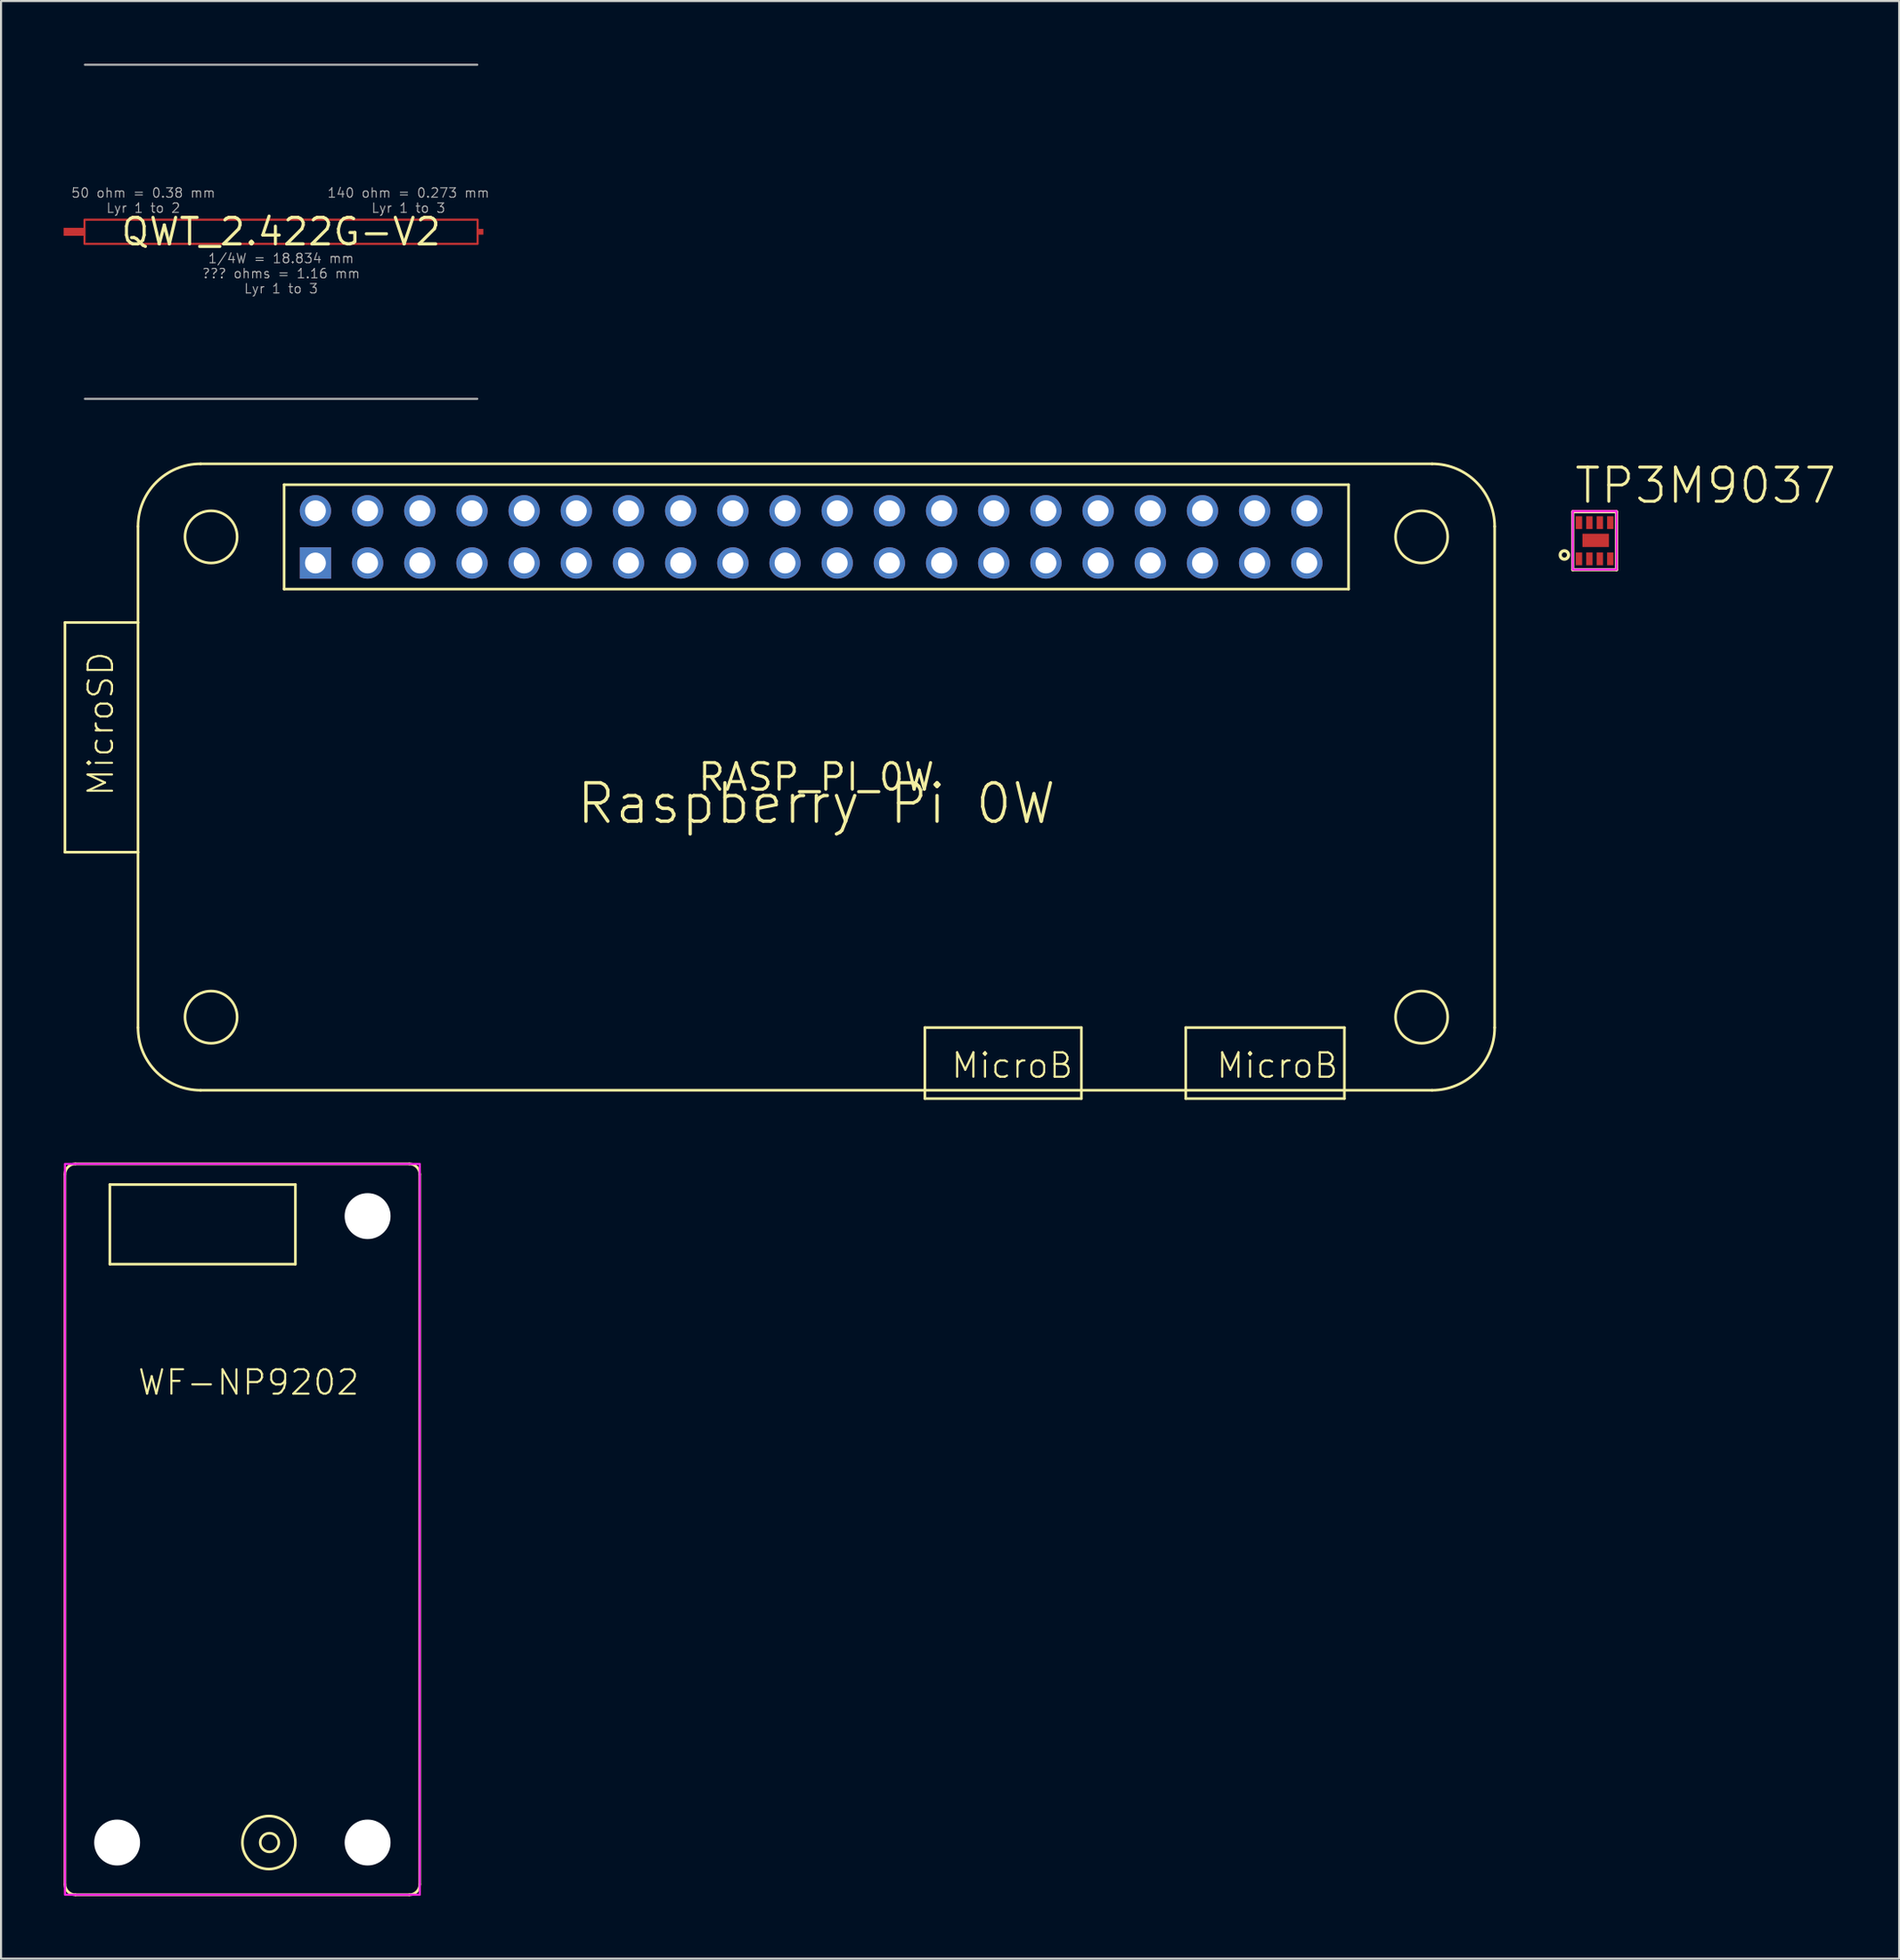
<source format=kicad_pcb>
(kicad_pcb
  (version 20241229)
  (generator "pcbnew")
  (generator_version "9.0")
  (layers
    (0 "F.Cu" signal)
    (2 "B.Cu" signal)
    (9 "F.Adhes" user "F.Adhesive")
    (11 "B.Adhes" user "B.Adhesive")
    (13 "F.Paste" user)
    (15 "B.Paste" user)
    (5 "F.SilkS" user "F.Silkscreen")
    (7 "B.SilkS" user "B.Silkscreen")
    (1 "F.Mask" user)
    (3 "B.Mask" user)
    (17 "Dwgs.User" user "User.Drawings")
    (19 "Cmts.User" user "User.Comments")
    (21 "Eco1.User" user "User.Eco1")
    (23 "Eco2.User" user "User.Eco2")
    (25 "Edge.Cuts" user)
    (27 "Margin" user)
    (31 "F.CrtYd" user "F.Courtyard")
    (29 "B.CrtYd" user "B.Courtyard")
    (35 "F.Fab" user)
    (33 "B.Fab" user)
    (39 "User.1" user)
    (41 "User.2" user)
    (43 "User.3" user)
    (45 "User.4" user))
  (footprint "QWT_2.422G-V2"
    (layer "F.Cu")
    (at 10.417 8.05)
    (property "Reference" "QWT_2.422G-V2" (at 0 0 0) (layer "F.SilkS") (effects (font (size 1.27 1.27) (thickness 0.15))))
    (fp_poly (pts (xy -9.417 0.58) (xy 9.417 0.58) (xy 9.417 -0.58) (xy -9.417 -0.58)) (stroke (width 0.1) (type solid)) (fill no) (layer "F.Cu"))
    (fp_line (start -9.4 -8) (end 9.4 -8) (stroke (width 0.1) (type solid)) (layer "F.Fab"))
    (fp_line (start -9.4 8) (end 9.4 8) (stroke (width 0.1) (type solid)) (layer "F.Fab"))
    (fp_text user "140 ohm = 0.273 mm\nLyr 1 to 3" (at 6.1 -1.5 0) (layer "F.Fab") (effects (font (size 0.45 0.45) (thickness 0.05))))
    (fp_text user "50 ohm = 0.38 mm\nLyr 1 to 2" (at -6.6 -1.5 0) (layer "F.Fab") (effects (font (size 0.45 0.45) (thickness 0.05))))
    (fp_text user "1/4W = 18.834 mm\n??? ohms = 1.16 mm\nLyr 1 to 3" (at 0 2 0) (layer "F.Fab") (effects (font (size 0.45 0.45) (thickness 0.05))))
    (pad "50-OUT" smd rect (at -9.917 0 180) (size 1 0.38) (layers "F.Cu"))
    (pad "140-IN" smd rect (at 9.554 0) (size 0.273 0.273) (layers "F.Cu")))
  (footprint "RASP_PI_0W"
    (layer "F.Cu")
    (at 36.063 34.163)
    (property "Reference" "RASP_PI_0W" (at 0 0 0) (layer "F.SilkS") (effects (font (size 1.27 1.27) (thickness 0.15))))
    (fp_line (start -36 -7.4) (end -32.5 -7.4) (stroke (width 0.127) (type solid)) (layer "F.SilkS"))
    (fp_line (start -36 3.6) (end -36 -7.4) (stroke (width 0.127) (type solid)) (layer "F.SilkS"))
    (fp_line (start -36 3.6) (end -32.5 3.6) (stroke (width 0.127) (type solid)) (layer "F.SilkS"))
    (fp_line (start -32.5 -7.4) (end -32.5 -12) (stroke (width 0.127) (type solid)) (layer "F.SilkS"))
    (fp_line (start -32.5 3.6) (end -32.5 -7.4) (stroke (width 0.127) (type solid)) (layer "F.SilkS"))
    (fp_line (start -32.5 12) (end -32.5 3.6) (stroke (width 0.127) (type solid)) (layer "F.SilkS"))
    (fp_line (start -29.5 -15) (end 29.5 -15) (stroke (width 0.127) (type solid)) (layer "F.SilkS"))
    (fp_line (start -25.5 -14) (end 25.5 -14) (stroke (width 0.127) (type solid)) (layer "F.SilkS"))
    (fp_line (start -25.5 -9) (end -25.5 -14) (stroke (width 0.127) (type solid)) (layer "F.SilkS"))
    (fp_line (start 5.2 12) (end 12.7 12) (stroke (width 0.127) (type solid)) (layer "F.SilkS"))
    (fp_line (start 5.2 15.4) (end 5.2 12) (stroke (width 0.127) (type solid)) (layer "F.SilkS"))
    (fp_line (start 5.2 15.4) (end 12.7 15.4) (stroke (width 0.127) (type solid)) (layer "F.SilkS"))
    (fp_line (start 12.7 15.4) (end 12.7 12) (stroke (width 0.127) (type solid)) (layer "F.SilkS"))
    (fp_line (start 17.7 12) (end 17.7 15.4) (stroke (width 0.127) (type solid)) (layer "F.SilkS"))
    (fp_line (start 17.7 12) (end 25.3 12) (stroke (width 0.127) (type solid)) (layer "F.SilkS"))
    (fp_line (start 17.7 15.4) (end 25.3 15.4) (stroke (width 0.127) (type solid)) (layer "F.SilkS"))
    (fp_line (start 25.3 15.4) (end 25.3 12) (stroke (width 0.127) (type solid)) (layer "F.SilkS"))
    (fp_line (start 25.5 -14) (end 25.5 -9) (stroke (width 0.127) (type solid)) (layer "F.SilkS"))
    (fp_line (start 25.5 -9) (end -25.5 -9) (stroke (width 0.127) (type solid)) (layer "F.SilkS"))
    (fp_line (start 29.5 15) (end -29.5 15) (stroke (width 0.127) (type solid)) (layer "F.SilkS"))
    (fp_line (start 32.5 -12) (end 32.5 12) (stroke (width 0.127) (type solid)) (layer "F.SilkS"))
    (fp_arc (start -32.5 -12) (mid -31.62132 -14.12132) (end -29.5 -15) (stroke (width 0.127) (type solid)) (layer "F.SilkS"))
    (fp_arc (start -29.5 15) (mid -31.62132 14.12132) (end -32.5 12) (stroke (width 0.127) (type solid)) (layer "F.SilkS"))
    (fp_arc (start 29.5 -15) (mid 31.62132 -14.12132) (end 32.5 -12) (stroke (width 0.127) (type solid)) (layer "F.SilkS"))
    (fp_arc (start 32.5 12) (mid 31.62132 14.12132) (end 29.5 15) (stroke (width 0.127) (type solid)) (layer "F.SilkS"))
    (fp_circle (center -29 -11.5) (end -27.75 -11.5) (stroke (width 0.127) (type solid)) (fill no) (layer "F.SilkS"))
    (fp_circle (center -29 11.5) (end -27.75 11.5) (stroke (width 0.127) (type solid)) (fill no) (layer "F.SilkS"))
    (fp_circle (center 29 -11.5) (end 30.25 -11.5) (stroke (width 0.127) (type solid)) (fill no) (layer "F.SilkS"))
    (fp_circle (center 29 11.5) (end 30.25 11.5) (stroke (width 0.127) (type solid)) (fill no) (layer "F.SilkS"))
    (fp_text user "Raspberry Pi 0W" (at 0 1.27 0) (layer "F.SilkS") (effects (font (size 1.84 1.84) (thickness 0.16))))
    (fp_text user "MicroB" (at 6.4 14.5 0) (layer "F.SilkS") (effects (font (size 1.168 1.168) (thickness 0.102)) (justify left bottom)))
    (fp_text user "MicroSD" (at -33.6 1 90) (layer "F.SilkS") (effects (font (size 1.168 1.168) (thickness 0.102)) (justify left bottom)))
    (fp_text user "MicroB" (at 19.1 14.5 0) (layer "F.SilkS") (effects (font (size 1.168 1.168) (thickness 0.102)) (justify left bottom)))
    (pad "5V" thru_hole circle (at -24 -12.75) (size 1.5 1.5) (drill 1) (layers "*.Cu" "*.Mask"))
    (pad "GND" thru_hole rect (at -24 -10.25) (size 1.5 1.5) (drill 1) (layers "*.Cu" "*.Mask"))
    (pad "P$2" thru_hole circle (at -21.5 -12.75) (size 1.5 1.5) (drill 1) (layers "*.Cu" "*.Mask"))
    (pad "P$3" thru_hole circle (at -19 -12.75) (size 1.5 1.5) (drill 1) (layers "*.Cu" "*.Mask"))
    (pad "P$4" thru_hole circle (at -16.5 -12.75) (size 1.5 1.5) (drill 1) (layers "*.Cu" "*.Mask"))
    (pad "P$5" thru_hole circle (at -14 -12.75) (size 1.5 1.5) (drill 1) (layers "*.Cu" "*.Mask"))
    (pad "P$6" thru_hole circle (at -11.5 -12.75) (size 1.5 1.5) (drill 1) (layers "*.Cu" "*.Mask"))
    (pad "P$7" thru_hole circle (at -9 -12.75) (size 1.5 1.5) (drill 1) (layers "*.Cu" "*.Mask"))
    (pad "P$8" thru_hole circle (at -6.5 -12.75) (size 1.5 1.5) (drill 1) (layers "*.Cu" "*.Mask"))
    (pad "P$9" thru_hole circle (at -4 -12.75) (size 1.5 1.5) (drill 1) (layers "*.Cu" "*.Mask"))
    (pad "P$10" thru_hole circle (at -1.5 -12.75) (size 1.5 1.5) (drill 1) (layers "*.Cu" "*.Mask"))
    (pad "P$11" thru_hole circle (at 1 -12.75) (size 1.5 1.5) (drill 1) (layers "*.Cu" "*.Mask"))
    (pad "P$12" thru_hole circle (at 3.5 -12.75) (size 1.5 1.5) (drill 1) (layers "*.Cu" "*.Mask"))
    (pad "P$13" thru_hole circle (at 6 -12.75) (size 1.5 1.5) (drill 1) (layers "*.Cu" "*.Mask"))
    (pad "P$14" thru_hole circle (at 8.5 -12.75) (size 1.5 1.5) (drill 1) (layers "*.Cu" "*.Mask"))
    (pad "P$15" thru_hole circle (at 11 -12.75) (size 1.5 1.5) (drill 1) (layers "*.Cu" "*.Mask"))
    (pad "P$16" thru_hole circle (at 13.5 -12.75) (size 1.5 1.5) (drill 1) (layers "*.Cu" "*.Mask"))
    (pad "P$17" thru_hole circle (at 16 -12.75) (size 1.5 1.5) (drill 1) (layers "*.Cu" "*.Mask"))
    (pad "P$18" thru_hole circle (at 18.5 -12.75) (size 1.5 1.5) (drill 1) (layers "*.Cu" "*.Mask"))
    (pad "P$19" thru_hole circle (at 21 -12.75) (size 1.5 1.5) (drill 1) (layers "*.Cu" "*.Mask"))
    (pad "P$20" thru_hole circle (at 23.5 -12.75) (size 1.5 1.5) (drill 1) (layers "*.Cu" "*.Mask"))
    (pad "P$22" thru_hole circle (at -21.5 -10.25) (size 1.5 1.5) (drill 1) (layers "*.Cu" "*.Mask"))
    (pad "P$23" thru_hole circle (at -19 -10.25) (size 1.5 1.5) (drill 1) (layers "*.Cu" "*.Mask"))
    (pad "P$24" thru_hole circle (at -16.5 -10.25) (size 1.5 1.5) (drill 1) (layers "*.Cu" "*.Mask"))
    (pad "P$25" thru_hole circle (at -14 -10.25) (size 1.5 1.5) (drill 1) (layers "*.Cu" "*.Mask"))
    (pad "P$26" thru_hole circle (at -11.5 -10.25) (size 1.5 1.5) (drill 1) (layers "*.Cu" "*.Mask"))
    (pad "P$27" thru_hole circle (at -9 -10.25) (size 1.5 1.5) (drill 1) (layers "*.Cu" "*.Mask"))
    (pad "P$28" thru_hole circle (at -6.5 -10.25) (size 1.5 1.5) (drill 1) (layers "*.Cu" "*.Mask"))
    (pad "P$29" thru_hole circle (at -4 -10.25) (size 1.5 1.5) (drill 1) (layers "*.Cu" "*.Mask"))
    (pad "P$30" thru_hole circle (at -1.5 -10.25) (size 1.5 1.5) (drill 1) (layers "*.Cu" "*.Mask"))
    (pad "P$31" thru_hole circle (at 1 -10.25) (size 1.5 1.5) (drill 1) (layers "*.Cu" "*.Mask"))
    (pad "P$32" thru_hole circle (at 3.5 -10.25) (size 1.5 1.5) (drill 1) (layers "*.Cu" "*.Mask"))
    (pad "P$33" thru_hole circle (at 6 -10.25) (size 1.5 1.5) (drill 1) (layers "*.Cu" "*.Mask"))
    (pad "P$34" thru_hole circle (at 8.5 -10.25) (size 1.5 1.5) (drill 1) (layers "*.Cu" "*.Mask"))
    (pad "P$35" thru_hole circle (at 11 -10.25) (size 1.5 1.5) (drill 1) (layers "*.Cu" "*.Mask"))
    (pad "P$36" thru_hole circle (at 13.5 -10.25) (size 1.5 1.5) (drill 1) (layers "*.Cu" "*.Mask"))
    (pad "P$37" thru_hole circle (at 16 -10.25) (size 1.5 1.5) (drill 1) (layers "*.Cu" "*.Mask"))
    (pad "P$38" thru_hole circle (at 18.5 -10.25) (size 1.5 1.5) (drill 1) (layers "*.Cu" "*.Mask"))
    (pad "P$39" thru_hole circle (at 21 -10.25) (size 1.5 1.5) (drill 1) (layers "*.Cu" "*.Mask"))
    (pad "P$40" thru_hole circle (at 23.5 -10.25) (size 1.5 1.5) (drill 1) (layers "*.Cu" "*.Mask")))
  (footprint "WF-NP9202"
    (layer "F.Cu")
    (at 8.563 70.191)
    (property "Reference" "WF-NP9202" (at -5.08 -6.35 0) (layer "F.SilkS") (effects (font (size 1.168 1.168) (thickness 0.102)) (justify left bottom)))
    (fp_line (start -8.5 17) (end -8.5 -17) (stroke (width 0.127) (type solid)) (layer "F.SilkS"))
    (fp_line (start -8 -17.5) (end 8 -17.5) (stroke (width 0.127) (type solid)) (layer "F.SilkS"))
    (fp_line (start -6.35 -16.51) (end -6.35 -12.7) (stroke (width 0.127) (type solid)) (layer "F.SilkS"))
    (fp_line (start -6.35 -12.7) (end 2.54 -12.7) (stroke (width 0.127) (type solid)) (layer "F.SilkS"))
    (fp_line (start 2.54 -16.51) (end -6.35 -16.51) (stroke (width 0.127) (type solid)) (layer "F.SilkS"))
    (fp_line (start 2.54 -12.7) (end 2.54 -16.51) (stroke (width 0.127) (type solid)) (layer "F.SilkS"))
    (fp_line (start 8 17.5) (end -8 17.5) (stroke (width 0.127) (type solid)) (layer "F.SilkS"))
    (fp_line (start 8.5 -17) (end 8.5 17) (stroke (width 0.127) (type solid)) (layer "F.SilkS"))
    (fp_arc (start -8.5 -17) (mid -8.353553 -17.353553) (end -8 -17.5) (stroke (width 0.127) (type solid)) (layer "F.SilkS"))
    (fp_arc (start -8 17.5) (mid -8.353553 17.353553) (end -8.5 17) (stroke (width 0.127) (type solid)) (layer "F.SilkS"))
    (fp_arc (start 8 -17.5) (mid 8.353553 -17.353553) (end 8.5 -17) (stroke (width 0.127) (type solid)) (layer "F.SilkS"))
    (fp_arc (start 8.5 17) (mid 8.353553 17.353553) (end 8 17.5) (stroke (width 0.127) (type solid)) (layer "F.SilkS"))
    (fp_circle (center 1.27 15) (end 2.54 15) (stroke (width 0.127) (type solid)) (fill no) (layer "F.SilkS"))
    (fp_circle (center 1.3 15) (end 1.747 15) (stroke (width 0.127) (type solid)) (fill no) (layer "F.SilkS"))
    (fp_poly (pts (xy -8.5 17.5) (xy 8.5 17.5) (xy 8.5 -17.5) (xy -8.5 -17.5)) (stroke (width 0.1) (type solid)) (fill no) (layer "F.CrtYd"))
    (pad "" np_thru_hole circle (at -6 15) (size 2.2 2.2) (drill 2.2) (layers "*.Cu" "*.Mask"))
    (pad "" np_thru_hole circle (at 6 -15) (size 2.2 2.2) (drill 2.2) (layers "*.Cu" "*.Mask"))
    (pad "" np_thru_hole circle (at 6 15) (size 2.2 2.2) (drill 2.2) (layers "*.Cu" "*.Mask")))
  (footprint "TP3M9037"
    (layer "F.Cu")
    (at 73.403 22.829)
    (property "Reference" "TP3M9037" (at -1.1 -1.666 0) (layer "F.SilkS") (effects (font (size 1.636 1.636) (thickness 0.142)) (justify left bottom)))
    (fp_line (start -1.1 -1.37) (end 1 -1.37) (stroke (width 0.152) (type solid)) (layer "F.SilkS"))
    (fp_line (start -1.1 1.405) (end -1.1 -1.37) (stroke (width 0.152) (type solid)) (layer "F.SilkS"))
    (fp_line (start 1 -1.37) (end 1 1.405) (stroke (width 0.152) (type solid)) (layer "F.SilkS"))
    (fp_line (start 1 1.405) (end -1.1 1.405) (stroke (width 0.152) (type solid)) (layer "F.SilkS"))
    (fp_circle (center -1.5 0.7) (end -1.3 0.7) (stroke (width 0.152) (type solid)) (fill no) (layer "F.SilkS"))
    (fp_poly (pts (xy -1.1 1.4) (xy 1 1.4) (xy 1 -1.4) (xy -1.1 -1.4)) (stroke (width 0.1) (type solid)) (fill no) (layer "F.CrtYd"))
    (pad "2X2_DFN_8PIN1" smd rect (at -0.8 0.885 90) (size 0.61 0.305) (layers "F.Cu" "F.Mask" "F.Paste"))
    (pad "2X2_DFN_8PIN2" smd rect (at -0.3 0.885 270) (size 0.61 0.305) (layers "F.Cu" "F.Mask" "F.Paste"))
    (pad "2X2_DFN_8PIN3" smd rect (at 0.2 0.885 90) (size 0.61 0.305) (layers "F.Cu" "F.Mask" "F.Paste"))
    (pad "2X2_DFN_8PIN4" smd rect (at 0.7 0.885 90) (size 0.61 0.305) (layers "F.Cu" "F.Mask" "F.Paste"))
    (pad "2X2_DFN_8PIN5" smd rect (at 0.7 -0.85 90) (size 0.61 0.305) (layers "F.Cu" "F.Mask" "F.Paste"))
    (pad "2X2_DFN_8PIN6" smd rect (at 0.2 -0.85 90) (size 0.61 0.305) (layers "F.Cu" "F.Mask" "F.Paste"))
    (pad "2X2_DFN_8PIN7" smd rect (at -0.3 -0.85 90) (size 0.61 0.305) (layers "F.Cu" "F.Mask" "F.Paste"))
    (pad "2X2_DFN_8PIN8" smd rect (at -0.8 -0.85 90) (size 0.61 0.305) (layers "F.Cu" "F.Mask" "F.Paste"))
    (pad "P$1" smd rect (at 0 0) (size 1.27 0.635) (layers "F.Cu" "F.Mask" "F.Paste")))
  (gr_rect
    (start -3 -3)
    (end 87.944 90.754)
    (stroke (width 0.1) (type default))
    (fill no)
    (layer "Edge.Cuts")))
</source>
